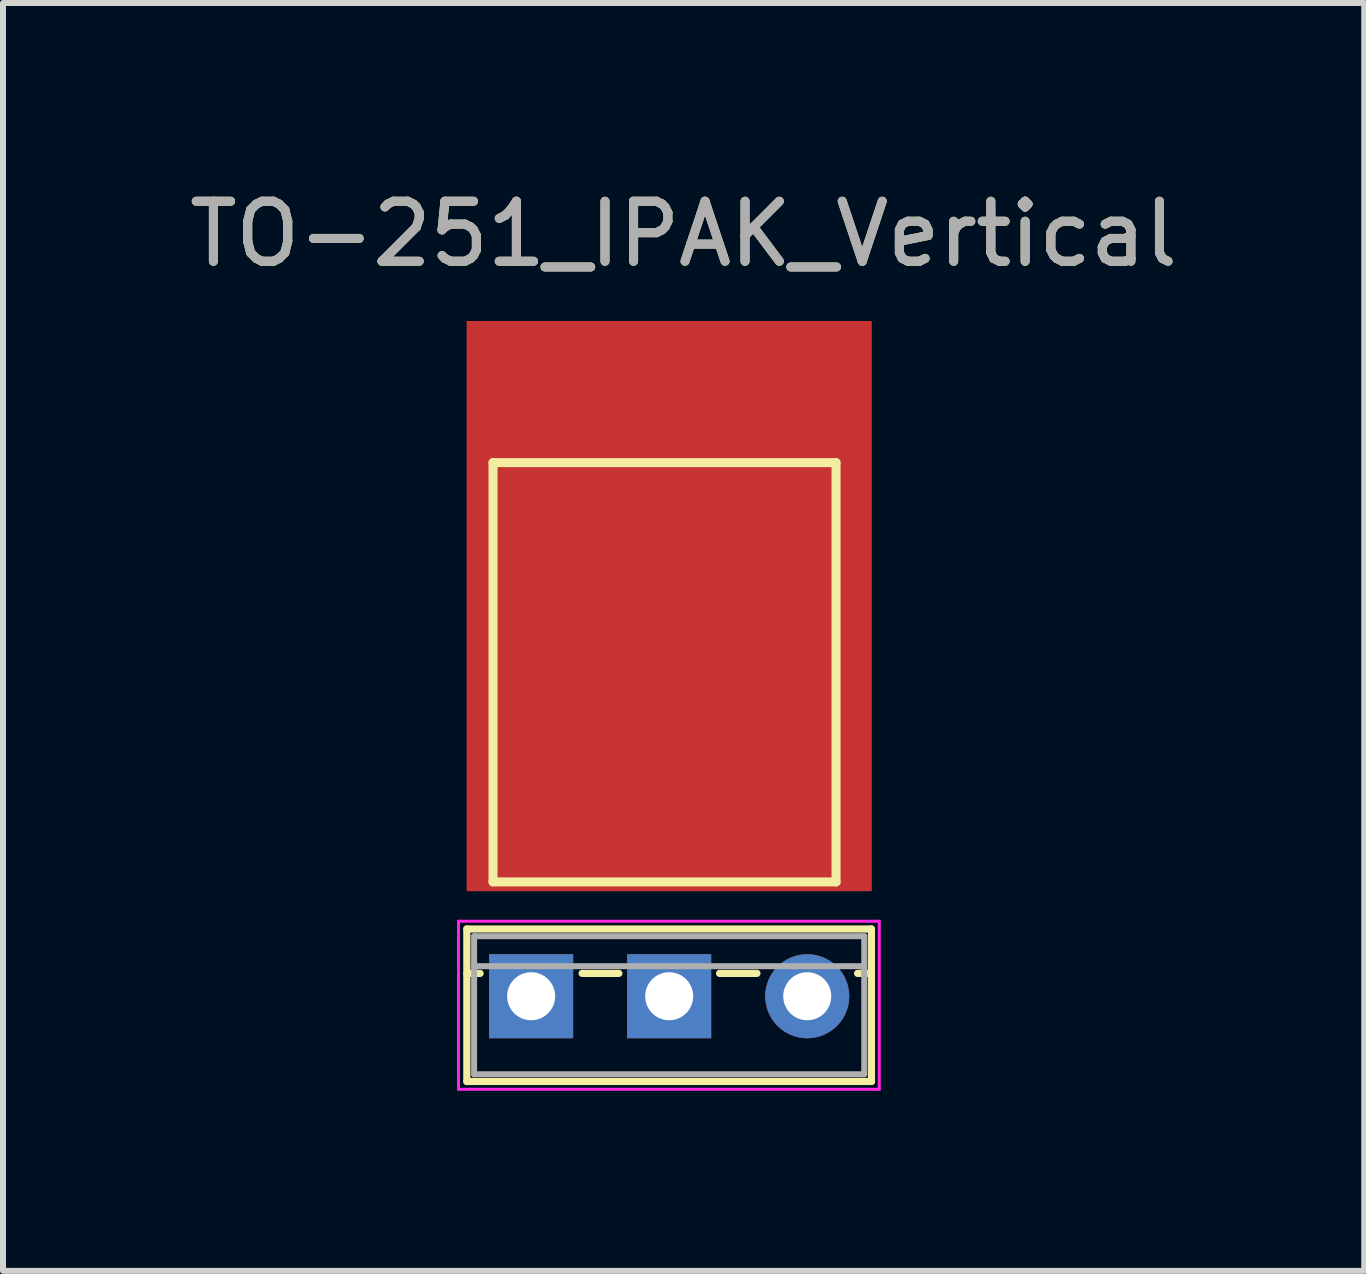
<source format=kicad_pcb>
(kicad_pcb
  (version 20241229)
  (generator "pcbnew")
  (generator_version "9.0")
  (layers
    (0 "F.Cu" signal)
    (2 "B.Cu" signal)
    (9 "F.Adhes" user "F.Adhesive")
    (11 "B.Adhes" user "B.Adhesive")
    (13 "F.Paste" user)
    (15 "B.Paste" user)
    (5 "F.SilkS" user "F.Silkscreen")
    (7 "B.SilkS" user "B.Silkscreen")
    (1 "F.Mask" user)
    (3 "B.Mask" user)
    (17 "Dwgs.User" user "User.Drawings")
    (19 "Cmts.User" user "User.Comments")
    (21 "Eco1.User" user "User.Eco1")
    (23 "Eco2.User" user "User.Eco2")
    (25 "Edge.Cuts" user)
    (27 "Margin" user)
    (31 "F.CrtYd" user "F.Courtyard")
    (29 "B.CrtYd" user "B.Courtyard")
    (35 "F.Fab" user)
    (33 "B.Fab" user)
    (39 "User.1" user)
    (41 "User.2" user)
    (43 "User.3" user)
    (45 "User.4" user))
  (footprint "TO-251_IPAK_Vertical"
    (layer "F.Cu")
    (at 5.799 13.548)
    (property "Reference" "TO-251_IPAK_Vertical" (at 2.54 -12.7 0) (layer "F.SilkS") (effects (font (size 1 1) (thickness 0.15))))
    (attr through_hole)
    (fp_line (start -1.071 -1.12) (end -1.071 1.42) (stroke (width 0.12) (type solid)) (layer "F.SilkS"))
    (fp_line (start -1.071 -1.12) (end 5.67 -1.12) (stroke (width 0.12) (type solid)) (layer "F.SilkS"))
    (fp_line (start -1.071 -0.381) (end -0.85 -0.381) (stroke (width 0.12) (type solid)) (layer "F.SilkS"))
    (fp_line (start -1.071 1.42) (end 5.67 1.42) (stroke (width 0.12) (type solid)) (layer "F.SilkS"))
    (fp_line (start -0.635 -8.89) (end -0.635 -1.905) (stroke (width 0.15) (type solid)) (layer "F.SilkS"))
    (fp_line (start -0.635 -1.905) (end 5.08 -1.905) (stroke (width 0.15) (type solid)) (layer "F.SilkS"))
    (fp_line (start 0.85 -0.381) (end 1.462 -0.381) (stroke (width 0.12) (type solid)) (layer "F.SilkS"))
    (fp_line (start 3.139 -0.381) (end 3.762 -0.381) (stroke (width 0.12) (type solid)) (layer "F.SilkS"))
    (fp_line (start 5.08 -8.89) (end -0.635 -8.89) (stroke (width 0.15) (type solid)) (layer "F.SilkS"))
    (fp_line (start 5.08 -1.905) (end 5.08 -8.89) (stroke (width 0.15) (type solid)) (layer "F.SilkS"))
    (fp_line (start 5.439 -0.381) (end 5.67 -0.381) (stroke (width 0.12) (type solid)) (layer "F.SilkS"))
    (fp_line (start 5.67 -1.12) (end 5.67 1.42) (stroke (width 0.12) (type solid)) (layer "F.SilkS"))
    (fp_line (start -1.21 -1.25) (end -1.21 1.55) (stroke (width 0.05) (type solid)) (layer "F.CrtYd"))
    (fp_line (start -1.21 1.55) (end 5.8 1.55) (stroke (width 0.05) (type solid)) (layer "F.CrtYd"))
    (fp_line (start 5.8 -1.25) (end -1.21 -1.25) (stroke (width 0.05) (type solid)) (layer "F.CrtYd"))
    (fp_line (start 5.8 1.55) (end 5.8 -1.25) (stroke (width 0.05) (type solid)) (layer "F.CrtYd"))
    (fp_line (start -0.95 -1) (end -0.95 1.3) (stroke (width 0.1) (type solid)) (layer "F.Fab"))
    (fp_line (start -0.95 -0.5) (end 5.55 -0.5) (stroke (width 0.1) (type solid)) (layer "F.Fab"))
    (fp_line (start -0.95 1.3) (end 5.55 1.3) (stroke (width 0.1) (type solid)) (layer "F.Fab"))
    (fp_line (start 5.55 -1) (end -0.95 -1) (stroke (width 0.1) (type solid)) (layer "F.Fab"))
    (fp_line (start 5.55 1.3) (end 5.55 -1) (stroke (width 0.1) (type solid)) (layer "F.Fab"))
    (fp_text user "${REFERENCE}" (at 2.54 -12.7 0) (layer "F.Fab") (effects (font (size 1 1) (thickness 0.15))))
    (pad "1" thru_hole rect (at 0 0) (size 1.4 1.4) (drill 0.8) (layers "*.Cu" "*.Mask"))
    (pad "2" smd rect (at 2.3 -6.5) (size 6.75 9.5) (layers "F.Cu" "F.Mask" "F.Paste"))
    (pad "2" thru_hole rect (at 2.3 0) (size 1.4 1.4) (drill 0.8) (layers "*.Cu" "*.Mask"))
    (pad "3" thru_hole oval (at 4.6 0) (size 1.4 1.4) (drill 0.8) (layers "*.Cu" "*.Mask")))
  (gr_rect
    (start -3 -3)
    (end 19.679 18.123)
    (stroke (width 0.1) (type default))
    (fill no)
    (layer "Edge.Cuts")))
</source>
